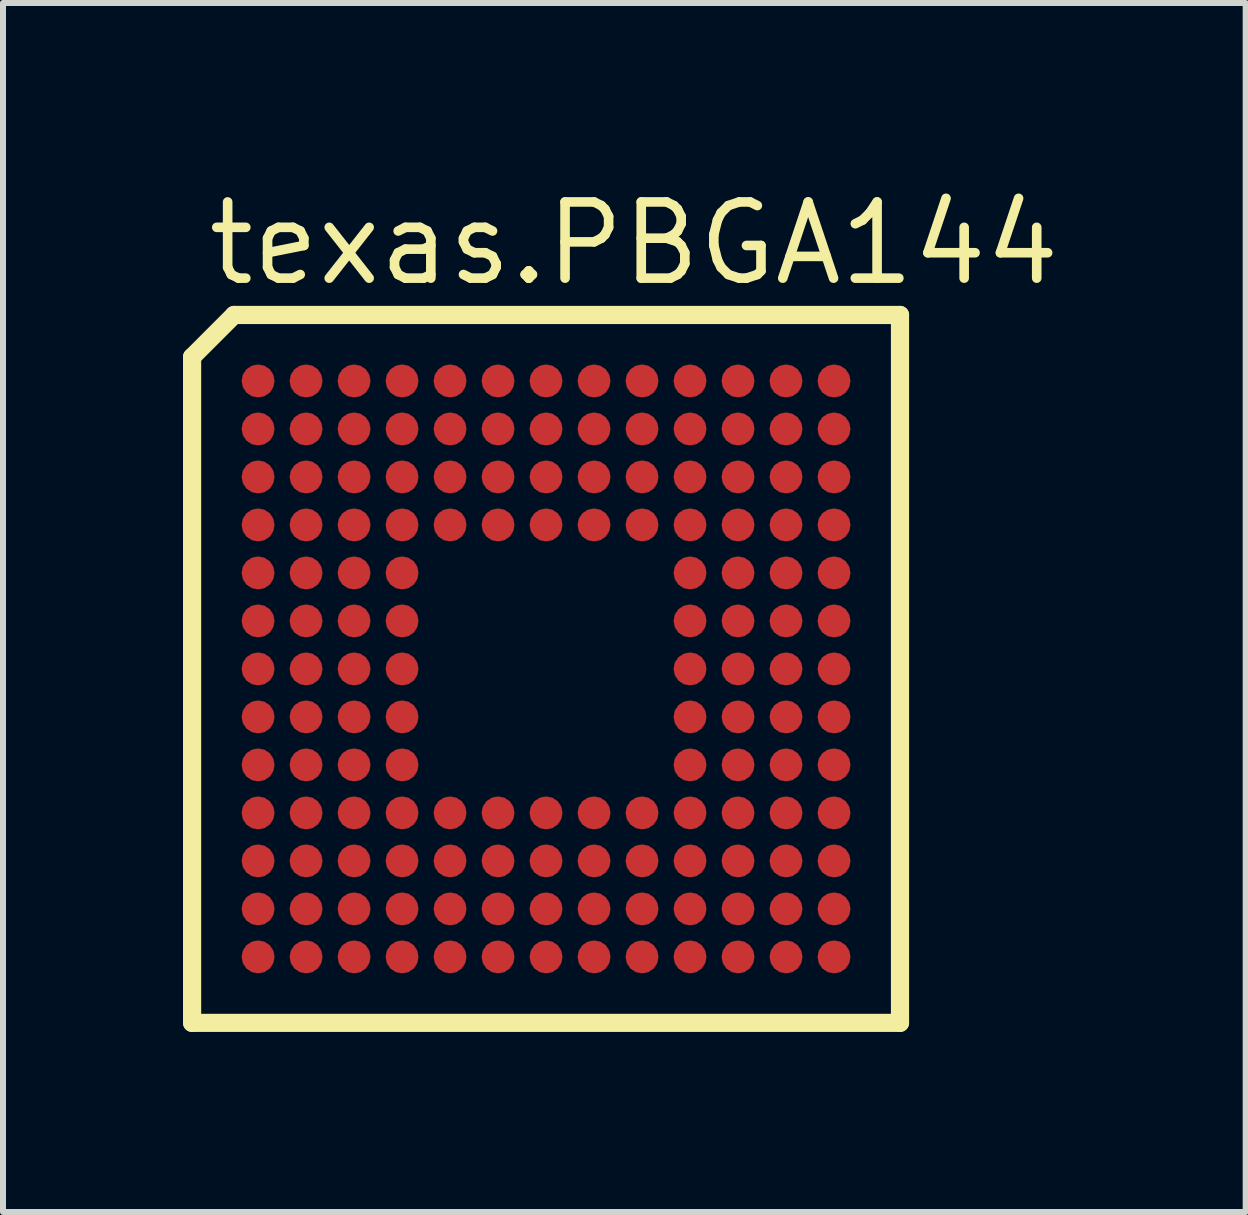
<source format=kicad_pcb>
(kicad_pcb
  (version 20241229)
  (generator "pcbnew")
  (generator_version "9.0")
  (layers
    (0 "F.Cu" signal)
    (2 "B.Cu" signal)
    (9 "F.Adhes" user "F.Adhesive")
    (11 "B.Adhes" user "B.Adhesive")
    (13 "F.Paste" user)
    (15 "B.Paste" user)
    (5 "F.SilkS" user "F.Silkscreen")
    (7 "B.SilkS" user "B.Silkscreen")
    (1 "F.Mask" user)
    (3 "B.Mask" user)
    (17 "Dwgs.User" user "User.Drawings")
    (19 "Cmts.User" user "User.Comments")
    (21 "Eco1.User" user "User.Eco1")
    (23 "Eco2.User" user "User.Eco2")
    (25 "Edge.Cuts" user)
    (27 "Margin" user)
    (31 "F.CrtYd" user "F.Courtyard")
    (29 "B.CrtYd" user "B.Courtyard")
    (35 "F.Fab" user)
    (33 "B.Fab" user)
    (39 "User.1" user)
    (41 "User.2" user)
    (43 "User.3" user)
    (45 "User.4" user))
  (footprint "texas.PBGA144"
    (layer "F.Cu")
    (at 6.052 8.1)
    (property "Reference" "texas.PBGA144" (at -5.715 -6.35 0) (layer "F.SilkS") (effects (font (size 1.27 1.27) (thickness 0.16)) (justify left bottom)))
    (attr smd)
    (fp_line (start -5.9 -5.2) (end -5.2 -5.9) (stroke (width 0.303) (type default)) (layer "F.SilkS"))
    (fp_line (start -5.9 5.9) (end -5.9 -5.2) (stroke (width 0.303) (type default)) (layer "F.SilkS"))
    (fp_line (start -5.2 -5.9) (end 5.9 -5.9) (stroke (width 0.303) (type default)) (layer "F.SilkS"))
    (fp_line (start 5.9 -5.9) (end 5.9 5.9) (stroke (width 0.303) (type default)) (layer "F.SilkS"))
    (fp_line (start 5.9 5.9) (end -5.9 5.9) (stroke (width 0.303) (type default)) (layer "F.SilkS"))
    (pad "A1" smd roundrect (at -4.8 -4.8) (size 0.55 0.55) (layers "F.Cu" "F.Mask" "F.Paste") (roundrect_rratio 0.5))
    (pad "A2" smd roundrect (at -4 -4.8) (size 0.55 0.55) (layers "F.Cu" "F.Mask" "F.Paste") (roundrect_rratio 0.5))
    (pad "A3" smd roundrect (at -3.2 -4.8) (size 0.55 0.55) (layers "F.Cu" "F.Mask" "F.Paste") (roundrect_rratio 0.5))
    (pad "A4" smd roundrect (at -2.4 -4.8) (size 0.55 0.55) (layers "F.Cu" "F.Mask" "F.Paste") (roundrect_rratio 0.5))
    (pad "A5" smd roundrect (at -1.6 -4.8) (size 0.55 0.55) (layers "F.Cu" "F.Mask" "F.Paste") (roundrect_rratio 0.5))
    (pad "A6" smd roundrect (at -0.8 -4.8) (size 0.55 0.55) (layers "F.Cu" "F.Mask" "F.Paste") (roundrect_rratio 0.5))
    (pad "A7" smd roundrect (at 0 -4.8) (size 0.55 0.55) (layers "F.Cu" "F.Mask" "F.Paste") (roundrect_rratio 0.5))
    (pad "A8" smd roundrect (at 0.8 -4.8) (size 0.55 0.55) (layers "F.Cu" "F.Mask" "F.Paste") (roundrect_rratio 0.5))
    (pad "A9" smd roundrect (at 1.6 -4.8) (size 0.55 0.55) (layers "F.Cu" "F.Mask" "F.Paste") (roundrect_rratio 0.5))
    (pad "A10" smd roundrect (at 2.4 -4.8) (size 0.55 0.55) (layers "F.Cu" "F.Mask" "F.Paste") (roundrect_rratio 0.5))
    (pad "A11" smd roundrect (at 3.2 -4.8) (size 0.55 0.55) (layers "F.Cu" "F.Mask" "F.Paste") (roundrect_rratio 0.5))
    (pad "A12" smd roundrect (at 4 -4.8) (size 0.55 0.55) (layers "F.Cu" "F.Mask" "F.Paste") (roundrect_rratio 0.5))
    (pad "A13" smd roundrect (at 4.8 -4.8) (size 0.55 0.55) (layers "F.Cu" "F.Mask" "F.Paste") (roundrect_rratio 0.5))
    (pad "B1" smd roundrect (at -4.8 -4) (size 0.55 0.55) (layers "F.Cu" "F.Mask" "F.Paste") (roundrect_rratio 0.5))
    (pad "B2" smd roundrect (at -4 -4) (size 0.55 0.55) (layers "F.Cu" "F.Mask" "F.Paste") (roundrect_rratio 0.5))
    (pad "B3" smd roundrect (at -3.2 -4) (size 0.55 0.55) (layers "F.Cu" "F.Mask" "F.Paste") (roundrect_rratio 0.5))
    (pad "B4" smd roundrect (at -2.4 -4) (size 0.55 0.55) (layers "F.Cu" "F.Mask" "F.Paste") (roundrect_rratio 0.5))
    (pad "B5" smd roundrect (at -1.6 -4) (size 0.55 0.55) (layers "F.Cu" "F.Mask" "F.Paste") (roundrect_rratio 0.5))
    (pad "B6" smd roundrect (at -0.8 -4) (size 0.55 0.55) (layers "F.Cu" "F.Mask" "F.Paste") (roundrect_rratio 0.5))
    (pad "B7" smd roundrect (at 0 -4) (size 0.55 0.55) (layers "F.Cu" "F.Mask" "F.Paste") (roundrect_rratio 0.5))
    (pad "B8" smd roundrect (at 0.8 -4) (size 0.55 0.55) (layers "F.Cu" "F.Mask" "F.Paste") (roundrect_rratio 0.5))
    (pad "B9" smd roundrect (at 1.6 -4) (size 0.55 0.55) (layers "F.Cu" "F.Mask" "F.Paste") (roundrect_rratio 0.5))
    (pad "B10" smd roundrect (at 2.4 -4) (size 0.55 0.55) (layers "F.Cu" "F.Mask" "F.Paste") (roundrect_rratio 0.5))
    (pad "B11" smd roundrect (at 3.2 -4) (size 0.55 0.55) (layers "F.Cu" "F.Mask" "F.Paste") (roundrect_rratio 0.5))
    (pad "B12" smd roundrect (at 4 -4) (size 0.55 0.55) (layers "F.Cu" "F.Mask" "F.Paste") (roundrect_rratio 0.5))
    (pad "B13" smd roundrect (at 4.8 -4) (size 0.55 0.55) (layers "F.Cu" "F.Mask" "F.Paste") (roundrect_rratio 0.5))
    (pad "C1" smd roundrect (at -4.8 -3.2) (size 0.55 0.55) (layers "F.Cu" "F.Mask" "F.Paste") (roundrect_rratio 0.5))
    (pad "C2" smd roundrect (at -4 -3.2) (size 0.55 0.55) (layers "F.Cu" "F.Mask" "F.Paste") (roundrect_rratio 0.5))
    (pad "C3" smd roundrect (at -3.2 -3.2) (size 0.55 0.55) (layers "F.Cu" "F.Mask" "F.Paste") (roundrect_rratio 0.5))
    (pad "C4" smd roundrect (at -2.4 -3.2) (size 0.55 0.55) (layers "F.Cu" "F.Mask" "F.Paste") (roundrect_rratio 0.5))
    (pad "C5" smd roundrect (at -1.6 -3.2) (size 0.55 0.55) (layers "F.Cu" "F.Mask" "F.Paste") (roundrect_rratio 0.5))
    (pad "C6" smd roundrect (at -0.8 -3.2) (size 0.55 0.55) (layers "F.Cu" "F.Mask" "F.Paste") (roundrect_rratio 0.5))
    (pad "C7" smd roundrect (at 0 -3.2) (size 0.55 0.55) (layers "F.Cu" "F.Mask" "F.Paste") (roundrect_rratio 0.5))
    (pad "C8" smd roundrect (at 0.8 -3.2) (size 0.55 0.55) (layers "F.Cu" "F.Mask" "F.Paste") (roundrect_rratio 0.5))
    (pad "C9" smd roundrect (at 1.6 -3.2) (size 0.55 0.55) (layers "F.Cu" "F.Mask" "F.Paste") (roundrect_rratio 0.5))
    (pad "C10" smd roundrect (at 2.4 -3.2) (size 0.55 0.55) (layers "F.Cu" "F.Mask" "F.Paste") (roundrect_rratio 0.5))
    (pad "C11" smd roundrect (at 3.2 -3.2) (size 0.55 0.55) (layers "F.Cu" "F.Mask" "F.Paste") (roundrect_rratio 0.5))
    (pad "C12" smd roundrect (at 4 -3.2) (size 0.55 0.55) (layers "F.Cu" "F.Mask" "F.Paste") (roundrect_rratio 0.5))
    (pad "C13" smd roundrect (at 4.8 -3.2) (size 0.55 0.55) (layers "F.Cu" "F.Mask" "F.Paste") (roundrect_rratio 0.5))
    (pad "D1" smd roundrect (at -4.8 -2.4) (size 0.55 0.55) (layers "F.Cu" "F.Mask" "F.Paste") (roundrect_rratio 0.5))
    (pad "D2" smd roundrect (at -4 -2.4) (size 0.55 0.55) (layers "F.Cu" "F.Mask" "F.Paste") (roundrect_rratio 0.5))
    (pad "D3" smd roundrect (at -3.2 -2.4) (size 0.55 0.55) (layers "F.Cu" "F.Mask" "F.Paste") (roundrect_rratio 0.5))
    (pad "D4" smd roundrect (at -2.4 -2.4) (size 0.55 0.55) (layers "F.Cu" "F.Mask" "F.Paste") (roundrect_rratio 0.5))
    (pad "D5" smd roundrect (at -1.6 -2.4) (size 0.55 0.55) (layers "F.Cu" "F.Mask" "F.Paste") (roundrect_rratio 0.5))
    (pad "D6" smd roundrect (at -0.8 -2.4) (size 0.55 0.55) (layers "F.Cu" "F.Mask" "F.Paste") (roundrect_rratio 0.5))
    (pad "D7" smd roundrect (at 0 -2.4) (size 0.55 0.55) (layers "F.Cu" "F.Mask" "F.Paste") (roundrect_rratio 0.5))
    (pad "D8" smd roundrect (at 0.8 -2.4) (size 0.55 0.55) (layers "F.Cu" "F.Mask" "F.Paste") (roundrect_rratio 0.5))
    (pad "D9" smd roundrect (at 1.6 -2.4) (size 0.55 0.55) (layers "F.Cu" "F.Mask" "F.Paste") (roundrect_rratio 0.5))
    (pad "D10" smd roundrect (at 2.4 -2.4) (size 0.55 0.55) (layers "F.Cu" "F.Mask" "F.Paste") (roundrect_rratio 0.5))
    (pad "D11" smd roundrect (at 3.2 -2.4) (size 0.55 0.55) (layers "F.Cu" "F.Mask" "F.Paste") (roundrect_rratio 0.5))
    (pad "D12" smd roundrect (at 4 -2.4) (size 0.55 0.55) (layers "F.Cu" "F.Mask" "F.Paste") (roundrect_rratio 0.5))
    (pad "D13" smd roundrect (at 4.8 -2.4) (size 0.55 0.55) (layers "F.Cu" "F.Mask" "F.Paste") (roundrect_rratio 0.5))
    (pad "E1" smd roundrect (at -4.8 -1.6) (size 0.55 0.55) (layers "F.Cu" "F.Mask" "F.Paste") (roundrect_rratio 0.5))
    (pad "E2" smd roundrect (at -4 -1.6) (size 0.55 0.55) (layers "F.Cu" "F.Mask" "F.Paste") (roundrect_rratio 0.5))
    (pad "E3" smd roundrect (at -3.2 -1.6) (size 0.55 0.55) (layers "F.Cu" "F.Mask" "F.Paste") (roundrect_rratio 0.5))
    (pad "E4" smd roundrect (at -2.4 -1.6) (size 0.55 0.55) (layers "F.Cu" "F.Mask" "F.Paste") (roundrect_rratio 0.5))
    (pad "E10" smd roundrect (at 2.4 -1.6) (size 0.55 0.55) (layers "F.Cu" "F.Mask" "F.Paste") (roundrect_rratio 0.5))
    (pad "E11" smd roundrect (at 3.2 -1.6) (size 0.55 0.55) (layers "F.Cu" "F.Mask" "F.Paste") (roundrect_rratio 0.5))
    (pad "E12" smd roundrect (at 4 -1.6) (size 0.55 0.55) (layers "F.Cu" "F.Mask" "F.Paste") (roundrect_rratio 0.5))
    (pad "E13" smd roundrect (at 4.8 -1.6) (size 0.55 0.55) (layers "F.Cu" "F.Mask" "F.Paste") (roundrect_rratio 0.5))
    (pad "F1" smd roundrect (at -4.8 -0.8) (size 0.55 0.55) (layers "F.Cu" "F.Mask" "F.Paste") (roundrect_rratio 0.5))
    (pad "F2" smd roundrect (at -4 -0.8) (size 0.55 0.55) (layers "F.Cu" "F.Mask" "F.Paste") (roundrect_rratio 0.5))
    (pad "F3" smd roundrect (at -3.2 -0.8) (size 0.55 0.55) (layers "F.Cu" "F.Mask" "F.Paste") (roundrect_rratio 0.5))
    (pad "F4" smd roundrect (at -2.4 -0.8) (size 0.55 0.55) (layers "F.Cu" "F.Mask" "F.Paste") (roundrect_rratio 0.5))
    (pad "F10" smd roundrect (at 2.4 -0.8) (size 0.55 0.55) (layers "F.Cu" "F.Mask" "F.Paste") (roundrect_rratio 0.5))
    (pad "F11" smd roundrect (at 3.2 -0.8) (size 0.55 0.55) (layers "F.Cu" "F.Mask" "F.Paste") (roundrect_rratio 0.5))
    (pad "F12" smd roundrect (at 4 -0.8) (size 0.55 0.55) (layers "F.Cu" "F.Mask" "F.Paste") (roundrect_rratio 0.5))
    (pad "F13" smd roundrect (at 4.8 -0.8) (size 0.55 0.55) (layers "F.Cu" "F.Mask" "F.Paste") (roundrect_rratio 0.5))
    (pad "G1" smd roundrect (at -4.8 0) (size 0.55 0.55) (layers "F.Cu" "F.Mask" "F.Paste") (roundrect_rratio 0.5))
    (pad "G2" smd roundrect (at -4 0) (size 0.55 0.55) (layers "F.Cu" "F.Mask" "F.Paste") (roundrect_rratio 0.5))
    (pad "G3" smd roundrect (at -3.2 0) (size 0.55 0.55) (layers "F.Cu" "F.Mask" "F.Paste") (roundrect_rratio 0.5))
    (pad "G4" smd roundrect (at -2.4 0) (size 0.55 0.55) (layers "F.Cu" "F.Mask" "F.Paste") (roundrect_rratio 0.5))
    (pad "G10" smd roundrect (at 2.4 0) (size 0.55 0.55) (layers "F.Cu" "F.Mask" "F.Paste") (roundrect_rratio 0.5))
    (pad "G11" smd roundrect (at 3.2 0) (size 0.55 0.55) (layers "F.Cu" "F.Mask" "F.Paste") (roundrect_rratio 0.5))
    (pad "G12" smd roundrect (at 4 0) (size 0.55 0.55) (layers "F.Cu" "F.Mask" "F.Paste") (roundrect_rratio 0.5))
    (pad "G13" smd roundrect (at 4.8 0) (size 0.55 0.55) (layers "F.Cu" "F.Mask" "F.Paste") (roundrect_rratio 0.5))
    (pad "H1" smd roundrect (at -4.8 0.8) (size 0.55 0.55) (layers "F.Cu" "F.Mask" "F.Paste") (roundrect_rratio 0.5))
    (pad "H2" smd roundrect (at -4 0.8) (size 0.55 0.55) (layers "F.Cu" "F.Mask" "F.Paste") (roundrect_rratio 0.5))
    (pad "H3" smd roundrect (at -3.2 0.8) (size 0.55 0.55) (layers "F.Cu" "F.Mask" "F.Paste") (roundrect_rratio 0.5))
    (pad "H4" smd roundrect (at -2.4 0.8) (size 0.55 0.55) (layers "F.Cu" "F.Mask" "F.Paste") (roundrect_rratio 0.5))
    (pad "H10" smd roundrect (at 2.4 0.8) (size 0.55 0.55) (layers "F.Cu" "F.Mask" "F.Paste") (roundrect_rratio 0.5))
    (pad "H11" smd roundrect (at 3.2 0.8) (size 0.55 0.55) (layers "F.Cu" "F.Mask" "F.Paste") (roundrect_rratio 0.5))
    (pad "H12" smd roundrect (at 4 0.8) (size 0.55 0.55) (layers "F.Cu" "F.Mask" "F.Paste") (roundrect_rratio 0.5))
    (pad "H13" smd roundrect (at 4.8 0.8) (size 0.55 0.55) (layers "F.Cu" "F.Mask" "F.Paste") (roundrect_rratio 0.5))
    (pad "J1" smd roundrect (at -4.8 1.6) (size 0.55 0.55) (layers "F.Cu" "F.Mask" "F.Paste") (roundrect_rratio 0.5))
    (pad "J2" smd roundrect (at -4 1.6) (size 0.55 0.55) (layers "F.Cu" "F.Mask" "F.Paste") (roundrect_rratio 0.5))
    (pad "J3" smd roundrect (at -3.2 1.6) (size 0.55 0.55) (layers "F.Cu" "F.Mask" "F.Paste") (roundrect_rratio 0.5))
    (pad "J4" smd roundrect (at -2.4 1.6) (size 0.55 0.55) (layers "F.Cu" "F.Mask" "F.Paste") (roundrect_rratio 0.5))
    (pad "J10" smd roundrect (at 2.4 1.6) (size 0.55 0.55) (layers "F.Cu" "F.Mask" "F.Paste") (roundrect_rratio 0.5))
    (pad "J11" smd roundrect (at 3.2 1.6) (size 0.55 0.55) (layers "F.Cu" "F.Mask" "F.Paste") (roundrect_rratio 0.5))
    (pad "J12" smd roundrect (at 4 1.6) (size 0.55 0.55) (layers "F.Cu" "F.Mask" "F.Paste") (roundrect_rratio 0.5))
    (pad "J13" smd roundrect (at 4.8 1.6) (size 0.55 0.55) (layers "F.Cu" "F.Mask" "F.Paste") (roundrect_rratio 0.5))
    (pad "K1" smd roundrect (at -4.8 2.4) (size 0.55 0.55) (layers "F.Cu" "F.Mask" "F.Paste") (roundrect_rratio 0.5))
    (pad "K2" smd roundrect (at -4 2.4) (size 0.55 0.55) (layers "F.Cu" "F.Mask" "F.Paste") (roundrect_rratio 0.5))
    (pad "K3" smd roundrect (at -3.2 2.4) (size 0.55 0.55) (layers "F.Cu" "F.Mask" "F.Paste") (roundrect_rratio 0.5))
    (pad "K4" smd roundrect (at -2.4 2.4) (size 0.55 0.55) (layers "F.Cu" "F.Mask" "F.Paste") (roundrect_rratio 0.5))
    (pad "K5" smd roundrect (at -1.6 2.4) (size 0.55 0.55) (layers "F.Cu" "F.Mask" "F.Paste") (roundrect_rratio 0.5))
    (pad "K6" smd roundrect (at -0.8 2.4) (size 0.55 0.55) (layers "F.Cu" "F.Mask" "F.Paste") (roundrect_rratio 0.5))
    (pad "K7" smd roundrect (at 0 2.4) (size 0.55 0.55) (layers "F.Cu" "F.Mask" "F.Paste") (roundrect_rratio 0.5))
    (pad "K8" smd roundrect (at 0.8 2.4) (size 0.55 0.55) (layers "F.Cu" "F.Mask" "F.Paste") (roundrect_rratio 0.5))
    (pad "K9" smd roundrect (at 1.6 2.4) (size 0.55 0.55) (layers "F.Cu" "F.Mask" "F.Paste") (roundrect_rratio 0.5))
    (pad "K10" smd roundrect (at 2.4 2.4) (size 0.55 0.55) (layers "F.Cu" "F.Mask" "F.Paste") (roundrect_rratio 0.5))
    (pad "K11" smd roundrect (at 3.2 2.4) (size 0.55 0.55) (layers "F.Cu" "F.Mask" "F.Paste") (roundrect_rratio 0.5))
    (pad "K12" smd roundrect (at 4 2.4) (size 0.55 0.55) (layers "F.Cu" "F.Mask" "F.Paste") (roundrect_rratio 0.5))
    (pad "K13" smd roundrect (at 4.8 2.4) (size 0.55 0.55) (layers "F.Cu" "F.Mask" "F.Paste") (roundrect_rratio 0.5))
    (pad "L1" smd roundrect (at -4.8 3.2) (size 0.55 0.55) (layers "F.Cu" "F.Mask" "F.Paste") (roundrect_rratio 0.5))
    (pad "L2" smd roundrect (at -4 3.2) (size 0.55 0.55) (layers "F.Cu" "F.Mask" "F.Paste") (roundrect_rratio 0.5))
    (pad "L3" smd roundrect (at -3.2 3.2) (size 0.55 0.55) (layers "F.Cu" "F.Mask" "F.Paste") (roundrect_rratio 0.5))
    (pad "L4" smd roundrect (at -2.4 3.2) (size 0.55 0.55) (layers "F.Cu" "F.Mask" "F.Paste") (roundrect_rratio 0.5))
    (pad "L5" smd roundrect (at -1.6 3.2) (size 0.55 0.55) (layers "F.Cu" "F.Mask" "F.Paste") (roundrect_rratio 0.5))
    (pad "L6" smd roundrect (at -0.8 3.2) (size 0.55 0.55) (layers "F.Cu" "F.Mask" "F.Paste") (roundrect_rratio 0.5))
    (pad "L7" smd roundrect (at 0 3.2) (size 0.55 0.55) (layers "F.Cu" "F.Mask" "F.Paste") (roundrect_rratio 0.5))
    (pad "L8" smd roundrect (at 0.8 3.2) (size 0.55 0.55) (layers "F.Cu" "F.Mask" "F.Paste") (roundrect_rratio 0.5))
    (pad "L9" smd roundrect (at 1.6 3.2) (size 0.55 0.55) (layers "F.Cu" "F.Mask" "F.Paste") (roundrect_rratio 0.5))
    (pad "L10" smd roundrect (at 2.4 3.2) (size 0.55 0.55) (layers "F.Cu" "F.Mask" "F.Paste") (roundrect_rratio 0.5))
    (pad "L11" smd roundrect (at 3.2 3.2) (size 0.55 0.55) (layers "F.Cu" "F.Mask" "F.Paste") (roundrect_rratio 0.5))
    (pad "L12" smd roundrect (at 4 3.2) (size 0.55 0.55) (layers "F.Cu" "F.Mask" "F.Paste") (roundrect_rratio 0.5))
    (pad "L13" smd roundrect (at 4.8 3.2) (size 0.55 0.55) (layers "F.Cu" "F.Mask" "F.Paste") (roundrect_rratio 0.5))
    (pad "M1" smd roundrect (at -4.8 4) (size 0.55 0.55) (layers "F.Cu" "F.Mask" "F.Paste") (roundrect_rratio 0.5))
    (pad "M2" smd roundrect (at -4 4) (size 0.55 0.55) (layers "F.Cu" "F.Mask" "F.Paste") (roundrect_rratio 0.5))
    (pad "M3" smd roundrect (at -3.2 4) (size 0.55 0.55) (layers "F.Cu" "F.Mask" "F.Paste") (roundrect_rratio 0.5))
    (pad "M4" smd roundrect (at -2.4 4) (size 0.55 0.55) (layers "F.Cu" "F.Mask" "F.Paste") (roundrect_rratio 0.5))
    (pad "M5" smd roundrect (at -1.6 4) (size 0.55 0.55) (layers "F.Cu" "F.Mask" "F.Paste") (roundrect_rratio 0.5))
    (pad "M6" smd roundrect (at -0.8 4) (size 0.55 0.55) (layers "F.Cu" "F.Mask" "F.Paste") (roundrect_rratio 0.5))
    (pad "M7" smd roundrect (at 0 4) (size 0.55 0.55) (layers "F.Cu" "F.Mask" "F.Paste") (roundrect_rratio 0.5))
    (pad "M8" smd roundrect (at 0.8 4) (size 0.55 0.55) (layers "F.Cu" "F.Mask" "F.Paste") (roundrect_rratio 0.5))
    (pad "M9" smd roundrect (at 1.6 4) (size 0.55 0.55) (layers "F.Cu" "F.Mask" "F.Paste") (roundrect_rratio 0.5))
    (pad "M10" smd roundrect (at 2.4 4) (size 0.55 0.55) (layers "F.Cu" "F.Mask" "F.Paste") (roundrect_rratio 0.5))
    (pad "M11" smd roundrect (at 3.2 4) (size 0.55 0.55) (layers "F.Cu" "F.Mask" "F.Paste") (roundrect_rratio 0.5))
    (pad "M12" smd roundrect (at 4 4) (size 0.55 0.55) (layers "F.Cu" "F.Mask" "F.Paste") (roundrect_rratio 0.5))
    (pad "M13" smd roundrect (at 4.8 4) (size 0.55 0.55) (layers "F.Cu" "F.Mask" "F.Paste") (roundrect_rratio 0.5))
    (pad "N1" smd roundrect (at -4.8 4.8) (size 0.55 0.55) (layers "F.Cu" "F.Mask" "F.Paste") (roundrect_rratio 0.5))
    (pad "N2" smd roundrect (at -4 4.8) (size 0.55 0.55) (layers "F.Cu" "F.Mask" "F.Paste") (roundrect_rratio 0.5))
    (pad "N3" smd roundrect (at -3.2 4.8) (size 0.55 0.55) (layers "F.Cu" "F.Mask" "F.Paste") (roundrect_rratio 0.5))
    (pad "N4" smd roundrect (at -2.4 4.8) (size 0.55 0.55) (layers "F.Cu" "F.Mask" "F.Paste") (roundrect_rratio 0.5))
    (pad "N5" smd roundrect (at -1.6 4.8) (size 0.55 0.55) (layers "F.Cu" "F.Mask" "F.Paste") (roundrect_rratio 0.5))
    (pad "N6" smd roundrect (at -0.8 4.8) (size 0.55 0.55) (layers "F.Cu" "F.Mask" "F.Paste") (roundrect_rratio 0.5))
    (pad "N7" smd roundrect (at 0 4.8) (size 0.55 0.55) (layers "F.Cu" "F.Mask" "F.Paste") (roundrect_rratio 0.5))
    (pad "N8" smd roundrect (at 0.8 4.8) (size 0.55 0.55) (layers "F.Cu" "F.Mask" "F.Paste") (roundrect_rratio 0.5))
    (pad "N9" smd roundrect (at 1.6 4.8) (size 0.55 0.55) (layers "F.Cu" "F.Mask" "F.Paste") (roundrect_rratio 0.5))
    (pad "N10" smd roundrect (at 2.4 4.8) (size 0.55 0.55) (layers "F.Cu" "F.Mask" "F.Paste") (roundrect_rratio 0.5))
    (pad "N11" smd roundrect (at 3.2 4.8) (size 0.55 0.55) (layers "F.Cu" "F.Mask" "F.Paste") (roundrect_rratio 0.5))
    (pad "N12" smd roundrect (at 4 4.8) (size 0.55 0.55) (layers "F.Cu" "F.Mask" "F.Paste") (roundrect_rratio 0.5))
    (pad "N13" smd roundrect (at 4.8 4.8) (size 0.55 0.55) (layers "F.Cu" "F.Mask" "F.Paste") (roundrect_rratio 0.5)))
  (gr_rect
    (start -3 -3)
    (end 17.714 17.152)
    (stroke (width 0.1) (type default))
    (fill no)
    (layer "Edge.Cuts")))
</source>
